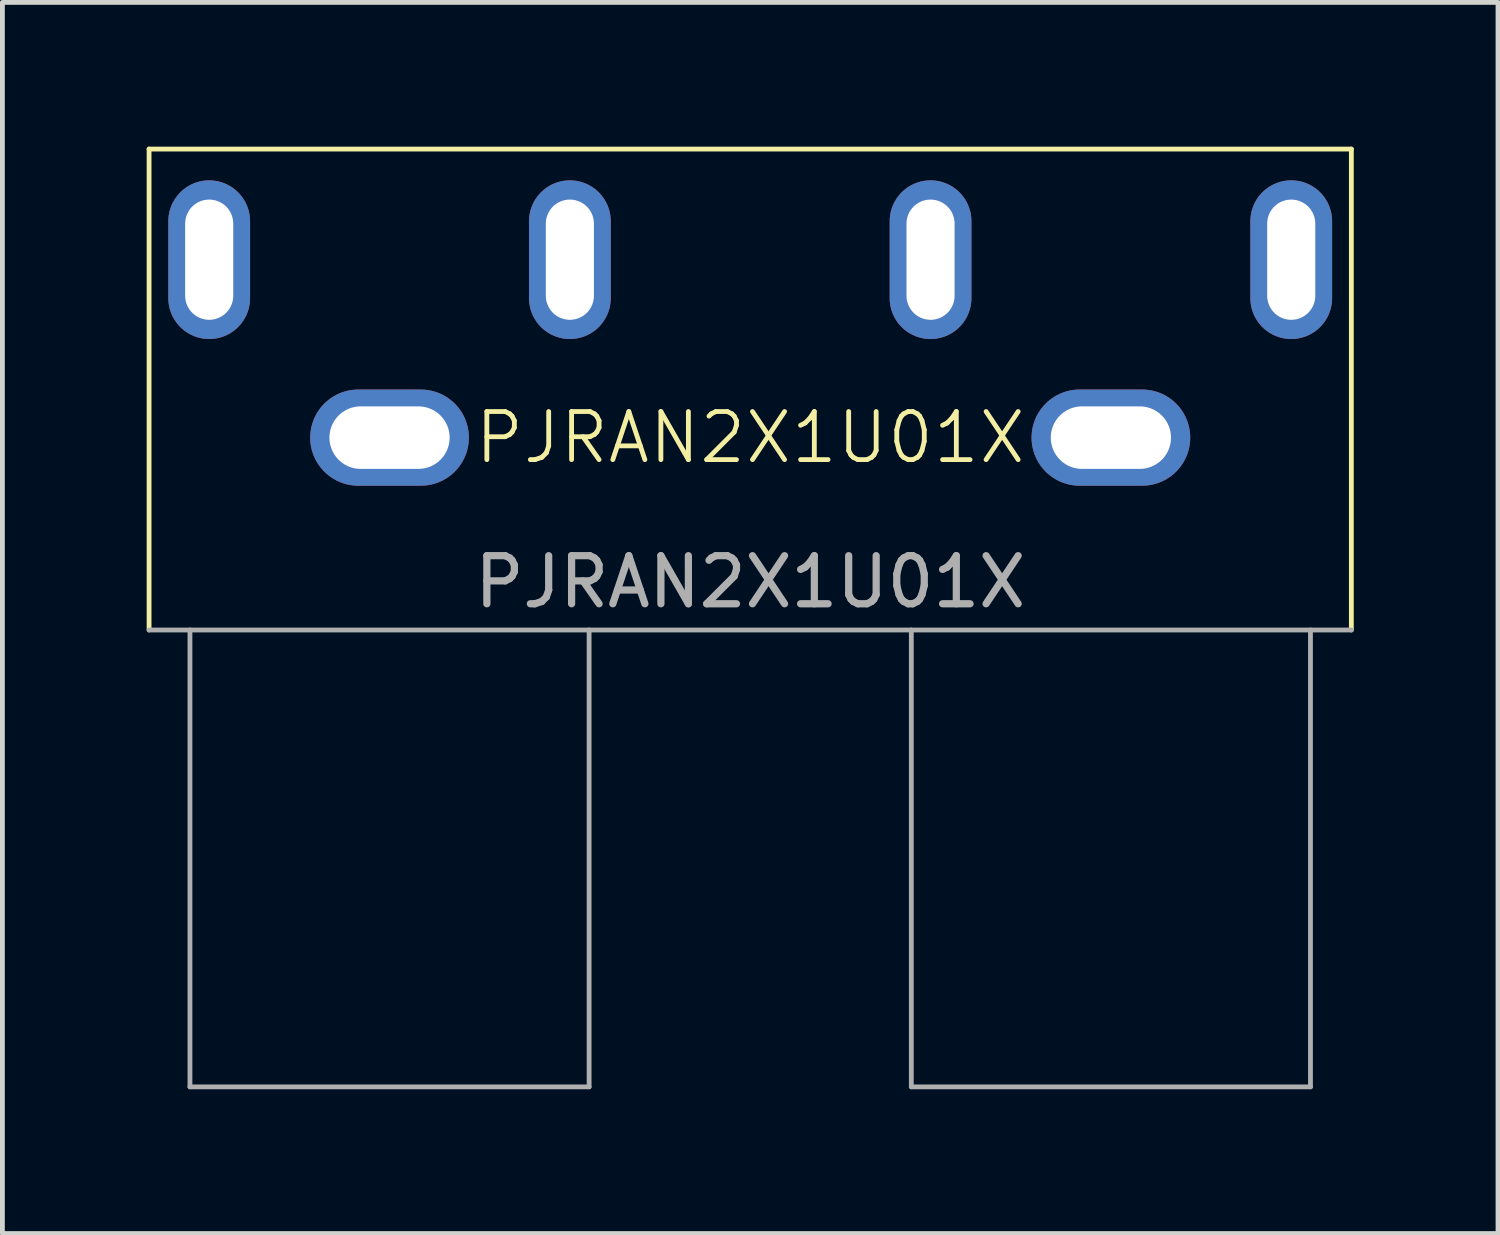
<source format=kicad_pcb>
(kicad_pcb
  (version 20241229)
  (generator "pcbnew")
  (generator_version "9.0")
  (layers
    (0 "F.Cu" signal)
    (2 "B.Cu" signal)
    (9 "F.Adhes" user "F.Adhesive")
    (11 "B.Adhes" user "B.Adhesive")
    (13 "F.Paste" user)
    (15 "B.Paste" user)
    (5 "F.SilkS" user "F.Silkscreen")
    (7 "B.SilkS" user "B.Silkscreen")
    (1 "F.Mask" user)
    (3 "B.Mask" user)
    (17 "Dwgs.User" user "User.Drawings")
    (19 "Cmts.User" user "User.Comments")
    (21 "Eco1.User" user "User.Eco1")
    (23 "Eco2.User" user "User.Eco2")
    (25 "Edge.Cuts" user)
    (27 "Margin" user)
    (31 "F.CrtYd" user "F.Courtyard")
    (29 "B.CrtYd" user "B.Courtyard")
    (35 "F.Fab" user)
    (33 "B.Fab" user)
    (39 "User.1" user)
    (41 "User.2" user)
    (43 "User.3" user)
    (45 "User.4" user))
  (footprint "PJRAN2X1U01X"
    (layer "F.Cu")
    (at 12.55 10.05)
    (property "Reference" "PJRAN2X1U01X" (at 0 -4 0) (unlocked yes) (layer "F.SilkS") (effects (font (size 1 1) (thickness 0.1))))
    (attr through_hole)
    (fp_line (start -12.5 -10) (end -12.5 0) (stroke (width 0.1) (type default)) (layer "F.SilkS"))
    (fp_line (start 12.5 -10) (end -12.5 -10) (stroke (width 0.1) (type default)) (layer "F.SilkS"))
    (fp_line (start 12.5 0) (end 12.5 -10) (stroke (width 0.1) (type default)) (layer "F.SilkS"))
    (fp_line (start -12.5 0) (end 12.5 0) (stroke (width 0.1) (type default)) (layer "F.Fab"))
    (fp_line (start -11.65 0) (end -11.65 9.5) (stroke (width 0.1) (type default)) (layer "F.Fab"))
    (fp_line (start -3.35 0) (end -3.35 9.5) (stroke (width 0.1) (type default)) (layer "F.Fab"))
    (fp_line (start -3.35 9.5) (end -11.65 9.5) (stroke (width 0.1) (type default)) (layer "F.Fab"))
    (fp_line (start 3.35 0) (end 3.35 9.5) (stroke (width 0.1) (type default)) (layer "F.Fab"))
    (fp_line (start 11.65 0) (end 11.65 9.5) (stroke (width 0.1) (type default)) (layer "F.Fab"))
    (fp_line (start 11.65 9.5) (end 3.35 9.5) (stroke (width 0.1) (type default)) (layer "F.Fab"))
    (fp_text user "${REFERENCE}" (at 0 -1 0) (unlocked yes) (layer "F.Fab") (effects (font (size 1 1) (thickness 0.15))))
    (pad "1" thru_hole oval (at 7.5 -4) (size 3.3 2) (drill oval 2.5 1.3) (layers "*.Cu" "*.Mask"))
    (pad "2" thru_hole oval (at -7.5 -4) (size 3.3 2) (drill oval 2.5 1.3) (layers "*.Cu" "*.Mask"))
    (pad "3" thru_hole oval (at -11.25 -7.7 90) (size 3.3 1.7) (drill oval 2.5 1) (layers "*.Cu" "*.Mask"))
    (pad "3" thru_hole oval (at -3.75 -7.7 90) (size 3.3 1.7) (drill oval 2.5 1) (layers "*.Cu" "*.Mask"))
    (pad "3" thru_hole oval (at 3.75 -7.7 90) (size 3.3 1.7) (drill oval 2.5 1) (layers "*.Cu" "*.Mask"))
    (pad "3" thru_hole oval (at 11.25 -7.7 90) (size 3.3 1.7) (drill oval 2.5 1) (layers "*.Cu" "*.Mask")))
  (gr_rect
    (start -3 -3)
    (end 28.1 22.6)
    (stroke (width 0.1) (type default))
    (fill no)
    (layer "Edge.Cuts")))
</source>
